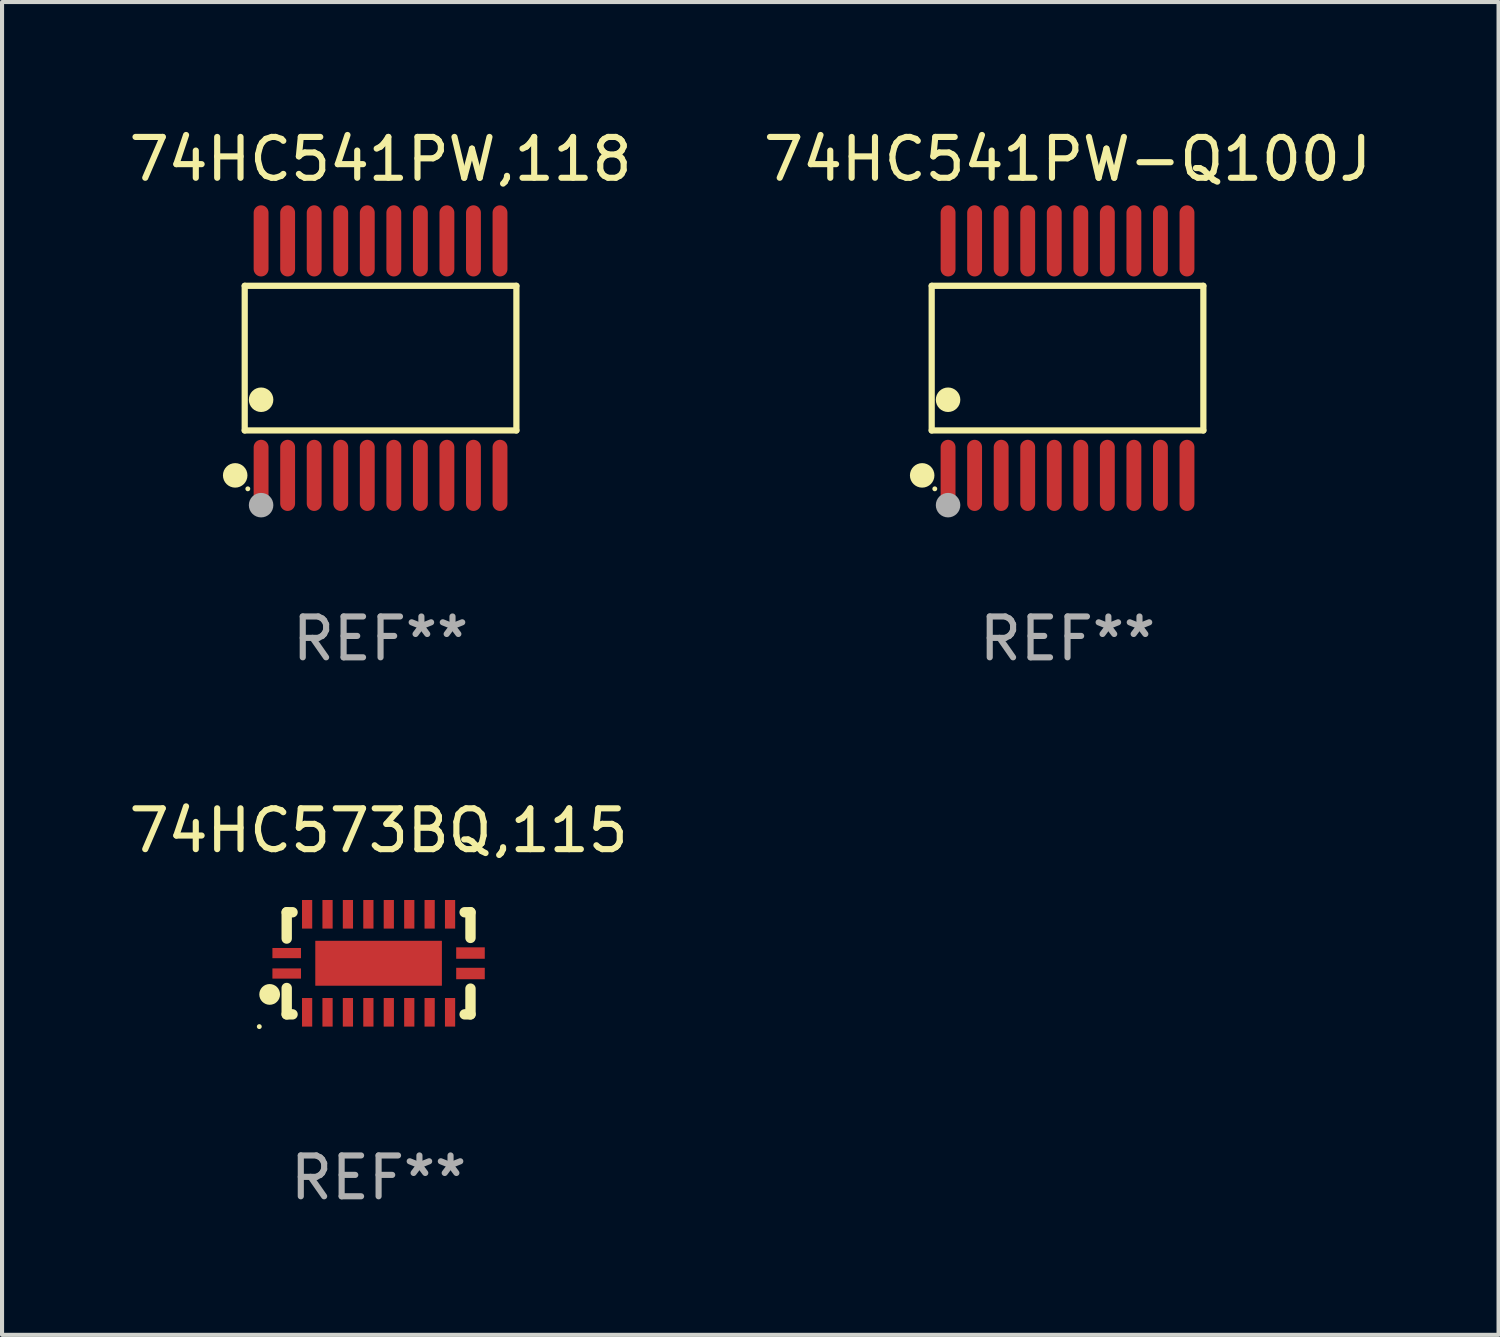
<source format=kicad_pcb>
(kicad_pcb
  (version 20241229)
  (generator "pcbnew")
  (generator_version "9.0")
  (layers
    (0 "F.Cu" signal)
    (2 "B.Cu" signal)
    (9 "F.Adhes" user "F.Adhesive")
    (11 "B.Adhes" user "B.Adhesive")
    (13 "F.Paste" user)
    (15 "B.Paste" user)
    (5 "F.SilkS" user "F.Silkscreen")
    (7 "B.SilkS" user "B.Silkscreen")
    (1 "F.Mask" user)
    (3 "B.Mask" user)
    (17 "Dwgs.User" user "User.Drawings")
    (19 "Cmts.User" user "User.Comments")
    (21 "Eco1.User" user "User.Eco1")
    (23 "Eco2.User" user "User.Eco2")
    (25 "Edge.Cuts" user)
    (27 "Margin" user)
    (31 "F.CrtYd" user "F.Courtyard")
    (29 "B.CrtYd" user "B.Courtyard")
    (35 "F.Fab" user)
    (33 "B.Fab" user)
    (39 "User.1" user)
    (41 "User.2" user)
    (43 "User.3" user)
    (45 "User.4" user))
  (footprint "74HC573BQ,115"
    (layer "F.Cu")
    (at 6.22 20.537)
    (property "Reference" "74HC573BQ,115" (at 0 -3.25 0) (layer "F.SilkS") (effects (font (size 1 1) (thickness 0.15))))
    (attr through_hole)
    (fp_line (start -2.25 0.605) (end -2.25 1.25) (stroke (width 0.254) (type solid)) (layer "F.SilkS"))
    (fp_line (start -2.25 1.25) (end -2.107 1.25) (stroke (width 0.254) (type solid)) (layer "F.SilkS"))
    (fp_line (start -2.25 -1.25) (end -2.25 -0.606) (stroke (width 0.254) (type solid)) (layer "F.SilkS"))
    (fp_line (start -2.25 -1.25) (end -2.107 -1.25) (stroke (width 0.254) (type solid)) (layer "F.SilkS"))
    (fp_line (start 2.107 -1.25) (end 2.25 -1.25) (stroke (width 0.254) (type solid)) (layer "F.SilkS"))
    (fp_line (start 2.107 1.25) (end 2.25 1.25) (stroke (width 0.254) (type solid)) (layer "F.SilkS"))
    (fp_line (start 2.25 -1.25) (end 2.25 -0.622) (stroke (width 0.254) (type solid)) (layer "F.SilkS"))
    (fp_line (start 2.25 0.62) (end 2.25 1.25) (stroke (width 0.254) (type solid)) (layer "F.SilkS"))
    (fp_circle (center -2.921 1.55) (end -2.891 1.55) (stroke (width 0.06) (type solid)) (fill no) (layer "F.SilkS"))
    (fp_circle (center -2.667 0.762) (end -2.54 0.762) (stroke (width 0.254) (type solid)) (fill no) (layer "F.SilkS"))
    (fp_text user "REF**" (at 0 5.25 0) (layer "F.Fab") (effects (font (size 1 1) (thickness 0.15))))
    (pad "1" smd rect (at -2.25 0.25 180) (size 0.7 0.25) (layers "F.Cu" "F.Mask" "F.Paste"))
    (pad "2" smd rect (at -1.75 1.2 90) (size 0.7 0.25) (layers "F.Cu" "F.Mask" "F.Paste"))
    (pad "3" smd rect (at -1.25 1.2 90) (size 0.7 0.25) (layers "F.Cu" "F.Mask" "F.Paste"))
    (pad "4" smd rect (at -0.751 1.2 90) (size 0.7 0.25) (layers "F.Cu" "F.Mask" "F.Paste"))
    (pad "5" smd rect (at -0.25 1.2 90) (size 0.7 0.25) (layers "F.Cu" "F.Mask" "F.Paste"))
    (pad "6" smd rect (at 0.25 1.2 90) (size 0.7 0.25) (layers "F.Cu" "F.Mask" "F.Paste"))
    (pad "7" smd rect (at 0.751 1.2 90) (size 0.7 0.25) (layers "F.Cu" "F.Mask" "F.Paste"))
    (pad "8" smd rect (at 1.25 1.2 90) (size 0.7 0.25) (layers "F.Cu" "F.Mask" "F.Paste"))
    (pad "9" smd rect (at 1.75 1.2 90) (size 0.7 0.25) (layers "F.Cu" "F.Mask" "F.Paste"))
    (pad "10" smd rect (at 2.25 0.25 180) (size 0.7 0.28) (layers "F.Cu" "F.Mask" "F.Paste"))
    (pad "11" smd rect (at 2.25 -0.251 180) (size 0.7 0.28) (layers "F.Cu" "F.Mask" "F.Paste"))
    (pad "12" smd rect (at 1.75 -1.2 90) (size 0.7 0.25) (layers "F.Cu" "F.Mask" "F.Paste"))
    (pad "13" smd rect (at 1.25 -1.2 90) (size 0.7 0.25) (layers "F.Cu" "F.Mask" "F.Paste"))
    (pad "14" smd rect (at 0.751 -1.2 90) (size 0.7 0.25) (layers "F.Cu" "F.Mask" "F.Paste"))
    (pad "15" smd rect (at 0.25 -1.2 90) (size 0.7 0.25) (layers "F.Cu" "F.Mask" "F.Paste"))
    (pad "16" smd rect (at -0.25 -1.2 90) (size 0.7 0.25) (layers "F.Cu" "F.Mask" "F.Paste"))
    (pad "17" smd rect (at -0.751 -1.2 90) (size 0.7 0.25) (layers "F.Cu" "F.Mask" "F.Paste"))
    (pad "18" smd rect (at -1.25 -1.2 90) (size 0.7 0.25) (layers "F.Cu" "F.Mask" "F.Paste"))
    (pad "19" smd rect (at -1.75 -1.2 90) (size 0.7 0.25) (layers "F.Cu" "F.Mask" "F.Paste"))
    (pad "20" smd rect (at -2.25 -0.25 180) (size 0.7 0.25) (layers "F.Cu" "F.Mask" "F.Paste"))
    (pad "21" smd rect (at 0 -0.001 180) (size 3.1 1.1) (layers "F.Cu" "F.Mask" "F.Paste")))
  (footprint "74HC541PW-Q100J"
    (layer "F.Cu")
    (at 23.089 5.719)
    (property "Reference" "74HC541PW-Q100J" (at 0 -4.871 0) (layer "F.SilkS") (effects (font (size 1 1) (thickness 0.15))))
    (attr through_hole)
    (fp_line (start -3.326 -1.771) (end 3.326 -1.771) (stroke (width 0.152) (type solid)) (layer "F.SilkS"))
    (fp_line (start -3.326 1.771) (end -3.326 -1.771) (stroke (width 0.152) (type solid)) (layer "F.SilkS"))
    (fp_line (start 3.326 -1.771) (end 3.326 1.771) (stroke (width 0.152) (type solid)) (layer "F.SilkS"))
    (fp_line (start 3.326 1.771) (end -3.326 1.771) (stroke (width 0.152) (type solid)) (layer "F.SilkS"))
    (fp_circle (center -3.559 2.871) (end -3.409 2.871) (stroke (width 0.3) (type solid)) (fill no) (layer "F.SilkS"))
    (fp_circle (center -3.25 3.2) (end -3.22 3.2) (stroke (width 0.06) (type solid)) (fill no) (layer "F.SilkS"))
    (fp_circle (center -2.925 1.019) (end -2.775 1.019) (stroke (width 0.3) (type solid)) (fill no) (layer "F.SilkS"))
    (fp_circle (center -2.925 3.6) (end -2.775 3.6) (stroke (width 0.3) (type solid)) (fill no) (layer "F.Fab"))
    (fp_text user "REF**" (at 0 6.871 0) (layer "F.Fab") (effects (font (size 1 1) (thickness 0.15))))
    (pad "1" smd oval (at -2.925 2.871) (size 0.364 1.742) (layers "F.Cu" "F.Mask" "F.Paste"))
    (pad "2" smd oval (at -2.275 2.871) (size 0.364 1.742) (layers "F.Cu" "F.Mask" "F.Paste"))
    (pad "3" smd oval (at -1.625 2.871) (size 0.364 1.742) (layers "F.Cu" "F.Mask" "F.Paste"))
    (pad "4" smd oval (at -0.975 2.871) (size 0.364 1.742) (layers "F.Cu" "F.Mask" "F.Paste"))
    (pad "5" smd oval (at -0.325 2.871) (size 0.364 1.742) (layers "F.Cu" "F.Mask" "F.Paste"))
    (pad "6" smd oval (at 0.325 2.871) (size 0.364 1.742) (layers "F.Cu" "F.Mask" "F.Paste"))
    (pad "7" smd oval (at 0.975 2.871) (size 0.364 1.742) (layers "F.Cu" "F.Mask" "F.Paste"))
    (pad "8" smd oval (at 1.625 2.871) (size 0.364 1.742) (layers "F.Cu" "F.Mask" "F.Paste"))
    (pad "9" smd oval (at 2.275 2.871) (size 0.364 1.742) (layers "F.Cu" "F.Mask" "F.Paste"))
    (pad "10" smd oval (at 2.925 2.871) (size 0.364 1.742) (layers "F.Cu" "F.Mask" "F.Paste"))
    (pad "11" smd oval (at 2.925 -2.871) (size 0.364 1.742) (layers "F.Cu" "F.Mask" "F.Paste"))
    (pad "12" smd oval (at 2.275 -2.871) (size 0.364 1.742) (layers "F.Cu" "F.Mask" "F.Paste"))
    (pad "13" smd oval (at 1.625 -2.871) (size 0.364 1.742) (layers "F.Cu" "F.Mask" "F.Paste"))
    (pad "14" smd oval (at 0.975 -2.871) (size 0.364 1.742) (layers "F.Cu" "F.Mask" "F.Paste"))
    (pad "15" smd oval (at 0.325 -2.871) (size 0.364 1.742) (layers "F.Cu" "F.Mask" "F.Paste"))
    (pad "16" smd oval (at -0.325 -2.871) (size 0.364 1.742) (layers "F.Cu" "F.Mask" "F.Paste"))
    (pad "17" smd oval (at -0.975 -2.871) (size 0.364 1.742) (layers "F.Cu" "F.Mask" "F.Paste"))
    (pad "18" smd oval (at -1.625 -2.871) (size 0.364 1.742) (layers "F.Cu" "F.Mask" "F.Paste"))
    (pad "19" smd oval (at -2.275 -2.871) (size 0.364 1.742) (layers "F.Cu" "F.Mask" "F.Paste"))
    (pad "20" smd oval (at -2.925 -2.871) (size 0.364 1.742) (layers "F.Cu" "F.Mask" "F.Paste")))
  (footprint "74HC541PW,118"
    (layer "F.Cu")
    (at 6.268 5.719)
    (property "Reference" "74HC541PW,118" (at 0 -4.871 0) (layer "F.SilkS") (effects (font (size 1 1) (thickness 0.15))))
    (attr through_hole)
    (fp_line (start -3.326 -1.771) (end 3.326 -1.771) (stroke (width 0.152) (type solid)) (layer "F.SilkS"))
    (fp_line (start -3.326 1.771) (end -3.326 -1.771) (stroke (width 0.152) (type solid)) (layer "F.SilkS"))
    (fp_line (start 3.326 -1.771) (end 3.326 1.771) (stroke (width 0.152) (type solid)) (layer "F.SilkS"))
    (fp_line (start 3.326 1.771) (end -3.326 1.771) (stroke (width 0.152) (type solid)) (layer "F.SilkS"))
    (fp_circle (center -3.559 2.871) (end -3.409 2.871) (stroke (width 0.3) (type solid)) (fill no) (layer "F.SilkS"))
    (fp_circle (center -3.25 3.2) (end -3.22 3.2) (stroke (width 0.06) (type solid)) (fill no) (layer "F.SilkS"))
    (fp_circle (center -2.925 1.019) (end -2.775 1.019) (stroke (width 0.3) (type solid)) (fill no) (layer "F.SilkS"))
    (fp_circle (center -2.925 3.6) (end -2.775 3.6) (stroke (width 0.3) (type solid)) (fill no) (layer "F.Fab"))
    (fp_text user "REF**" (at 0 6.871 0) (layer "F.Fab") (effects (font (size 1 1) (thickness 0.15))))
    (pad "1" smd oval (at -2.925 2.871) (size 0.364 1.742) (layers "F.Cu" "F.Mask" "F.Paste"))
    (pad "2" smd oval (at -2.275 2.871) (size 0.364 1.742) (layers "F.Cu" "F.Mask" "F.Paste"))
    (pad "3" smd oval (at -1.625 2.871) (size 0.364 1.742) (layers "F.Cu" "F.Mask" "F.Paste"))
    (pad "4" smd oval (at -0.975 2.871) (size 0.364 1.742) (layers "F.Cu" "F.Mask" "F.Paste"))
    (pad "5" smd oval (at -0.325 2.871) (size 0.364 1.742) (layers "F.Cu" "F.Mask" "F.Paste"))
    (pad "6" smd oval (at 0.325 2.871) (size 0.364 1.742) (layers "F.Cu" "F.Mask" "F.Paste"))
    (pad "7" smd oval (at 0.975 2.871) (size 0.364 1.742) (layers "F.Cu" "F.Mask" "F.Paste"))
    (pad "8" smd oval (at 1.625 2.871) (size 0.364 1.742) (layers "F.Cu" "F.Mask" "F.Paste"))
    (pad "9" smd oval (at 2.275 2.871) (size 0.364 1.742) (layers "F.Cu" "F.Mask" "F.Paste"))
    (pad "10" smd oval (at 2.925 2.871) (size 0.364 1.742) (layers "F.Cu" "F.Mask" "F.Paste"))
    (pad "11" smd oval (at 2.925 -2.871) (size 0.364 1.742) (layers "F.Cu" "F.Mask" "F.Paste"))
    (pad "12" smd oval (at 2.275 -2.871) (size 0.364 1.742) (layers "F.Cu" "F.Mask" "F.Paste"))
    (pad "13" smd oval (at 1.625 -2.871) (size 0.364 1.742) (layers "F.Cu" "F.Mask" "F.Paste"))
    (pad "14" smd oval (at 0.975 -2.871) (size 0.364 1.742) (layers "F.Cu" "F.Mask" "F.Paste"))
    (pad "15" smd oval (at 0.325 -2.871) (size 0.364 1.742) (layers "F.Cu" "F.Mask" "F.Paste"))
    (pad "16" smd oval (at -0.325 -2.871) (size 0.364 1.742) (layers "F.Cu" "F.Mask" "F.Paste"))
    (pad "17" smd oval (at -0.975 -2.871) (size 0.364 1.742) (layers "F.Cu" "F.Mask" "F.Paste"))
    (pad "18" smd oval (at -1.625 -2.871) (size 0.364 1.742) (layers "F.Cu" "F.Mask" "F.Paste"))
    (pad "19" smd oval (at -2.275 -2.871) (size 0.364 1.742) (layers "F.Cu" "F.Mask" "F.Paste"))
    (pad "20" smd oval (at -2.925 -2.871) (size 0.364 1.742) (layers "F.Cu" "F.Mask" "F.Paste")))
  (gr_rect
    (start -3 -3)
    (end 33.643 29.635)
    (stroke (width 0.1) (type default))
    (fill no)
    (layer "Edge.Cuts")))
</source>
